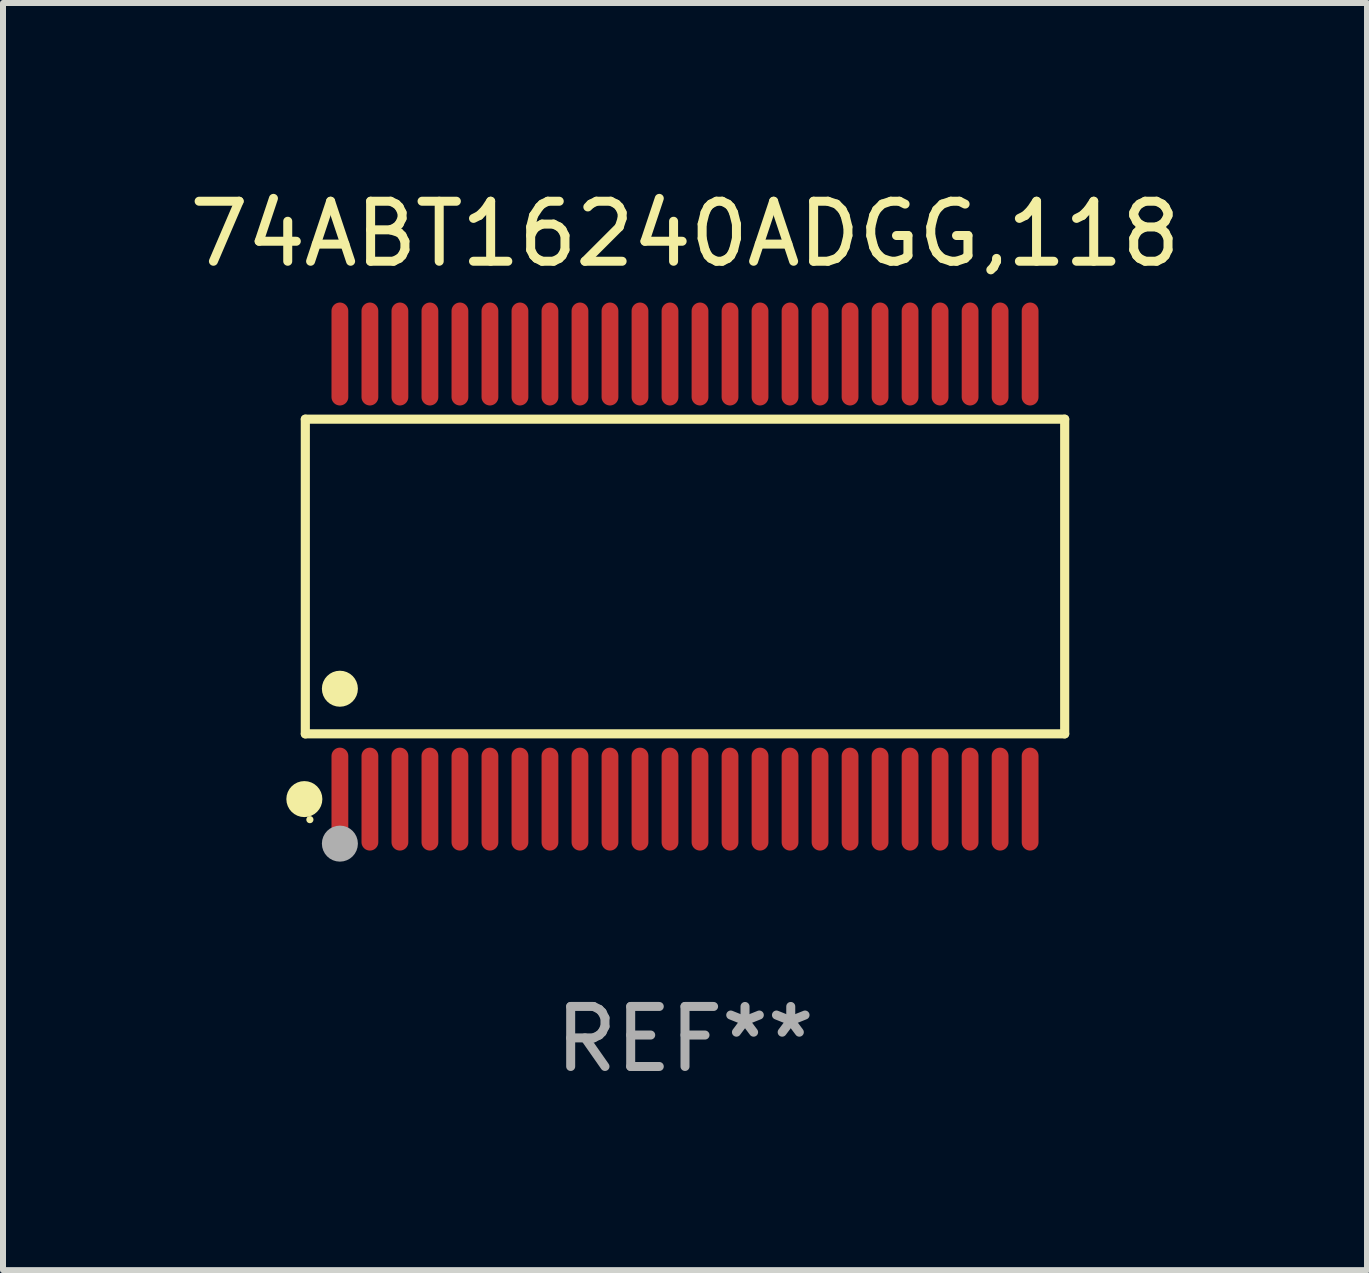
<source format=kicad_pcb>
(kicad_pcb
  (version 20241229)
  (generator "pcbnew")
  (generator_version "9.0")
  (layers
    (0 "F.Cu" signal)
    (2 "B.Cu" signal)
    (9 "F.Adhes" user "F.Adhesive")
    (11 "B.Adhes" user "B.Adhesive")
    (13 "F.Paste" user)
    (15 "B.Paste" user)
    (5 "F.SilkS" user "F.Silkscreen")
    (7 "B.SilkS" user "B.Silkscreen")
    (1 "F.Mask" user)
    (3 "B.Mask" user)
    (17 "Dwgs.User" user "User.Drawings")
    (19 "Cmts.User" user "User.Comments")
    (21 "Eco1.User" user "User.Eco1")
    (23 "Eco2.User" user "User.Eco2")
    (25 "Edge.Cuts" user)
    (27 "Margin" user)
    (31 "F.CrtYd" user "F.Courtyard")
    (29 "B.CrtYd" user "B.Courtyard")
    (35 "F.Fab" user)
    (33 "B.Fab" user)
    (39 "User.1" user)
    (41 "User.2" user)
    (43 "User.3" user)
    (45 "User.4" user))
  (footprint "74ABT16240ADGG,118"
    (layer "F.Cu")
    (at 8.363 6.556)
    (property "Reference" "74ABT16240ADGG,118" (at 0 -5.708 0) (layer "F.SilkS") (effects (font (size 1 1) (thickness 0.15))))
    (attr through_hole)
    (fp_line (start -6.326 -2.622) (end 6.326 -2.622) (stroke (width 0.152) (type solid)) (layer "F.SilkS"))
    (fp_line (start -6.326 2.621) (end -6.326 -2.622) (stroke (width 0.152) (type solid)) (layer "F.SilkS"))
    (fp_line (start 6.326 -2.622) (end 6.326 2.621) (stroke (width 0.152) (type solid)) (layer "F.SilkS"))
    (fp_line (start 6.326 2.621) (end -6.326 2.621) (stroke (width 0.152) (type solid)) (layer "F.SilkS"))
    (fp_circle (center -6.342 3.708) (end -6.192 3.708) (stroke (width 0.3) (type solid)) (fill no) (layer "F.SilkS"))
    (fp_circle (center -6.25 4.05) (end -6.22 4.05) (stroke (width 0.06) (type solid)) (fill no) (layer "F.SilkS"))
    (fp_circle (center -5.75 1.869) (end -5.6 1.869) (stroke (width 0.3) (type solid)) (fill no) (layer "F.SilkS"))
    (fp_circle (center -5.75 4.45) (end -5.6 4.45) (stroke (width 0.3) (type solid)) (fill no) (layer "F.Fab"))
    (fp_text user "REF**" (at 0 7.708 0) (layer "F.Fab") (effects (font (size 1 1) (thickness 0.15))))
    (pad "1" smd oval (at -5.75 3.708) (size 0.28 1.715) (layers "F.Cu" "F.Mask" "F.Paste"))
    (pad "2" smd oval (at -5.25 3.708) (size 0.28 1.715) (layers "F.Cu" "F.Mask" "F.Paste"))
    (pad "3" smd oval (at -4.75 3.708) (size 0.28 1.715) (layers "F.Cu" "F.Mask" "F.Paste"))
    (pad "4" smd oval (at -4.25 3.708) (size 0.28 1.715) (layers "F.Cu" "F.Mask" "F.Paste"))
    (pad "5" smd oval (at -3.75 3.708) (size 0.28 1.715) (layers "F.Cu" "F.Mask" "F.Paste"))
    (pad "6" smd oval (at -3.25 3.708) (size 0.28 1.715) (layers "F.Cu" "F.Mask" "F.Paste"))
    (pad "7" smd oval (at -2.75 3.708) (size 0.28 1.715) (layers "F.Cu" "F.Mask" "F.Paste"))
    (pad "8" smd oval (at -2.25 3.708) (size 0.28 1.715) (layers "F.Cu" "F.Mask" "F.Paste"))
    (pad "9" smd oval (at -1.75 3.708) (size 0.28 1.715) (layers "F.Cu" "F.Mask" "F.Paste"))
    (pad "10" smd oval (at -1.25 3.708) (size 0.28 1.715) (layers "F.Cu" "F.Mask" "F.Paste"))
    (pad "11" smd oval (at -0.75 3.708) (size 0.28 1.715) (layers "F.Cu" "F.Mask" "F.Paste"))
    (pad "12" smd oval (at -0.25 3.708) (size 0.28 1.715) (layers "F.Cu" "F.Mask" "F.Paste"))
    (pad "13" smd oval (at 0.25 3.708) (size 0.28 1.715) (layers "F.Cu" "F.Mask" "F.Paste"))
    (pad "14" smd oval (at 0.75 3.708) (size 0.28 1.715) (layers "F.Cu" "F.Mask" "F.Paste"))
    (pad "15" smd oval (at 1.25 3.708) (size 0.28 1.715) (layers "F.Cu" "F.Mask" "F.Paste"))
    (pad "16" smd oval (at 1.75 3.708) (size 0.28 1.715) (layers "F.Cu" "F.Mask" "F.Paste"))
    (pad "17" smd oval (at 2.25 3.708) (size 0.28 1.715) (layers "F.Cu" "F.Mask" "F.Paste"))
    (pad "18" smd oval (at 2.75 3.708) (size 0.28 1.715) (layers "F.Cu" "F.Mask" "F.Paste"))
    (pad "19" smd oval (at 3.25 3.708) (size 0.28 1.715) (layers "F.Cu" "F.Mask" "F.Paste"))
    (pad "20" smd oval (at 3.75 3.708) (size 0.28 1.715) (layers "F.Cu" "F.Mask" "F.Paste"))
    (pad "21" smd oval (at 4.25 3.708) (size 0.28 1.715) (layers "F.Cu" "F.Mask" "F.Paste"))
    (pad "22" smd oval (at 4.75 3.708) (size 0.28 1.715) (layers "F.Cu" "F.Mask" "F.Paste"))
    (pad "23" smd oval (at 5.25 3.708) (size 0.28 1.715) (layers "F.Cu" "F.Mask" "F.Paste"))
    (pad "24" smd oval (at 5.75 3.708) (size 0.28 1.715) (layers "F.Cu" "F.Mask" "F.Paste"))
    (pad "25" smd oval (at 5.75 -3.708) (size 0.28 1.715) (layers "F.Cu" "F.Mask" "F.Paste"))
    (pad "26" smd oval (at 5.25 -3.708) (size 0.28 1.715) (layers "F.Cu" "F.Mask" "F.Paste"))
    (pad "27" smd oval (at 4.75 -3.708) (size 0.28 1.715) (layers "F.Cu" "F.Mask" "F.Paste"))
    (pad "28" smd oval (at 4.25 -3.708) (size 0.28 1.715) (layers "F.Cu" "F.Mask" "F.Paste"))
    (pad "29" smd oval (at 3.75 -3.708) (size 0.28 1.715) (layers "F.Cu" "F.Mask" "F.Paste"))
    (pad "30" smd oval (at 3.25 -3.708) (size 0.28 1.715) (layers "F.Cu" "F.Mask" "F.Paste"))
    (pad "31" smd oval (at 2.75 -3.708) (size 0.28 1.715) (layers "F.Cu" "F.Mask" "F.Paste"))
    (pad "32" smd oval (at 2.25 -3.708) (size 0.28 1.715) (layers "F.Cu" "F.Mask" "F.Paste"))
    (pad "33" smd oval (at 1.75 -3.708) (size 0.28 1.715) (layers "F.Cu" "F.Mask" "F.Paste"))
    (pad "34" smd oval (at 1.25 -3.708) (size 0.28 1.715) (layers "F.Cu" "F.Mask" "F.Paste"))
    (pad "35" smd oval (at 0.75 -3.708) (size 0.28 1.715) (layers "F.Cu" "F.Mask" "F.Paste"))
    (pad "36" smd oval (at 0.25 -3.708) (size 0.28 1.715) (layers "F.Cu" "F.Mask" "F.Paste"))
    (pad "37" smd oval (at -0.25 -3.708) (size 0.28 1.715) (layers "F.Cu" "F.Mask" "F.Paste"))
    (pad "38" smd oval (at -0.75 -3.708) (size 0.28 1.715) (layers "F.Cu" "F.Mask" "F.Paste"))
    (pad "39" smd oval (at -1.25 -3.708) (size 0.28 1.715) (layers "F.Cu" "F.Mask" "F.Paste"))
    (pad "40" smd oval (at -1.75 -3.708) (size 0.28 1.715) (layers "F.Cu" "F.Mask" "F.Paste"))
    (pad "41" smd oval (at -2.25 -3.708) (size 0.28 1.715) (layers "F.Cu" "F.Mask" "F.Paste"))
    (pad "42" smd oval (at -2.75 -3.708) (size 0.28 1.715) (layers "F.Cu" "F.Mask" "F.Paste"))
    (pad "43" smd oval (at -3.25 -3.708) (size 0.28 1.715) (layers "F.Cu" "F.Mask" "F.Paste"))
    (pad "44" smd oval (at -3.75 -3.708) (size 0.28 1.715) (layers "F.Cu" "F.Mask" "F.Paste"))
    (pad "45" smd oval (at -4.25 -3.708) (size 0.28 1.715) (layers "F.Cu" "F.Mask" "F.Paste"))
    (pad "46" smd oval (at -4.75 -3.708) (size 0.28 1.715) (layers "F.Cu" "F.Mask" "F.Paste"))
    (pad "47" smd oval (at -5.25 -3.708) (size 0.28 1.715) (layers "F.Cu" "F.Mask" "F.Paste"))
    (pad "48" smd oval (at -5.75 -3.708) (size 0.28 1.715) (layers "F.Cu" "F.Mask" "F.Paste")))
  (gr_rect
    (start -3 -3)
    (end 19.726 18.112)
    (stroke (width 0.1) (type default))
    (fill no)
    (layer "Edge.Cuts")))
</source>
